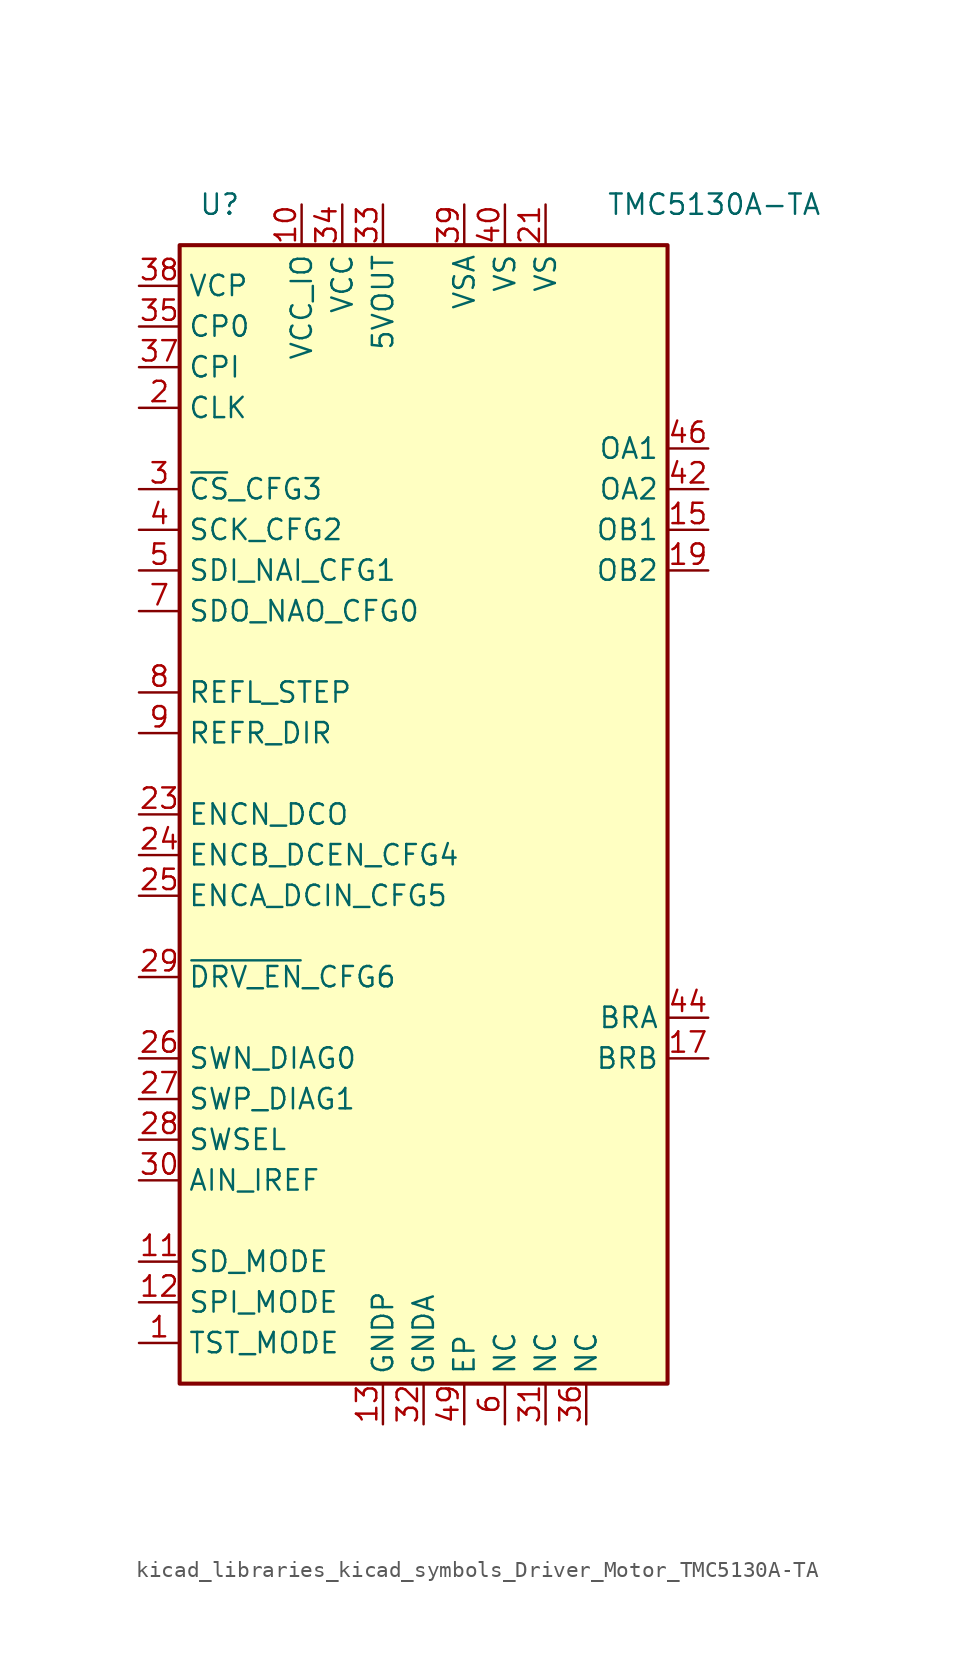
<source format=kicad_sym>
(kicad_symbol_lib
  (version 20220914)
  (generator kicad_symbol_editor)
  (symbol "kicad_libraries_kicad_symbols_Driver_Motor_TMC5130A-TA"
    (property "Reference" "U"
      (at -11.43 38.1 0)
      (effects (font (size 1.27 1.27)) (justify right)))
    (property "Value" "TMC5130A-TA"
      (at 11.43 38.1 0)
      (effects (font (size 1.27 1.27)) (justify left)))
    (symbol "kicad_libraries_kicad_symbols_Driver_Motor_TMC5130A-TA_0_1"
      (rectangle (start -15.24 35.56) (end 15.24 -35.56) (stroke (width 0.254) (type default)) (fill (type background))))
    (symbol "kicad_libraries_kicad_symbols_Driver_Motor_TMC5130A-TA_1_1"
      (pin input line (at -17.78 -33.02 0) (length 2.54) (name "TST_MODE" (effects (font (size 1.27 1.27)))) (number "1" (effects (font (size 1.27 1.27)))))
      (pin power_in line (at -7.62 38.1 270) (length 2.54) (name "VCC_IO" (effects (font (size 1.27 1.27)))) (number "10" (effects (font (size 1.27 1.27)))))
      (pin input line (at -17.78 -27.94 0) (length 2.54) (name "SD_MODE" (effects (font (size 1.27 1.27)))) (number "11" (effects (font (size 1.27 1.27)))))
      (pin input line (at -17.78 -30.48 0) (length 2.54) (name "SPI_MODE" (effects (font (size 1.27 1.27)))) (number "12" (effects (font (size 1.27 1.27)))))
      (pin power_in line (at -2.54 -38.1 90) (length 2.54) (name "GNDP" (effects (font (size 1.27 1.27)))) (number "13" (effects (font (size 1.27 1.27)))))
      (pin no_connect line (at 15.24 12.7 180) (length 2.54) hide (name "DNC" (effects (font (size 1.27 1.27)))) (number "14" (effects (font (size 1.27 1.27)))))
      (pin output line (at 17.78 17.78 180) (length 2.54) (name "OB1" (effects (font (size 1.27 1.27)))) (number "15" (effects (font (size 1.27 1.27)))))
      (pin no_connect line (at 15.24 10.16 180) (length 2.54) hide (name "DNC" (effects (font (size 1.27 1.27)))) (number "16" (effects (font (size 1.27 1.27)))))
      (pin passive line (at 17.78 -15.24 180) (length 2.54) (name "BRB" (effects (font (size 1.27 1.27)))) (number "17" (effects (font (size 1.27 1.27)))))
      (pin no_connect line (at 15.24 7.62 180) (length 2.54) hide (name "DNC" (effects (font (size 1.27 1.27)))) (number "18" (effects (font (size 1.27 1.27)))))
      (pin output line (at 17.78 15.24 180) (length 2.54) (name "OB2" (effects (font (size 1.27 1.27)))) (number "19" (effects (font (size 1.27 1.27)))))
      (pin input line (at -17.78 25.4 0) (length 2.54) (name "CLK" (effects (font (size 1.27 1.27)))) (number "2" (effects (font (size 1.27 1.27)))))
      (pin no_connect line (at 15.24 5.08 180) (length 2.54) hide (name "DNC" (effects (font (size 1.27 1.27)))) (number "20" (effects (font (size 1.27 1.27)))))
      (pin power_in line (at 7.62 38.1 270) (length 2.54) (name "VS" (effects (font (size 1.27 1.27)))) (number "21" (effects (font (size 1.27 1.27)))))
      (pin no_connect line (at 15.24 2.54 180) (length 2.54) hide (name "DNC" (effects (font (size 1.27 1.27)))) (number "22" (effects (font (size 1.27 1.27)))))
      (pin bidirectional line (at -17.78 0 0) (length 2.54) (name "ENCN_DCO" (effects (font (size 1.27 1.27)))) (number "23" (effects (font (size 1.27 1.27)))))
      (pin input line (at -17.78 -2.54 0) (length 2.54) (name "ENCB_DCEN_CFG4" (effects (font (size 1.27 1.27)))) (number "24" (effects (font (size 1.27 1.27)))))
      (pin input line (at -17.78 -5.08 0) (length 2.54) (name "ENCA_DCIN_CFG5" (effects (font (size 1.27 1.27)))) (number "25" (effects (font (size 1.27 1.27)))))
      (pin bidirectional line (at -17.78 -15.24 0) (length 2.54) (name "SWN_DIAG0" (effects (font (size 1.27 1.27)))) (number "26" (effects (font (size 1.27 1.27)))))
      (pin bidirectional line (at -17.78 -17.78 0) (length 2.54) (name "SWP_DIAG1" (effects (font (size 1.27 1.27)))) (number "27" (effects (font (size 1.27 1.27)))))
      (pin input line (at -17.78 -20.32 0) (length 2.54) (name "SWSEL" (effects (font (size 1.27 1.27)))) (number "28" (effects (font (size 1.27 1.27)))))
      (pin input line (at -17.78 -10.16 0) (length 2.54) (name "~{DRV_EN}_CFG6" (effects (font (size 1.27 1.27)))) (number "29" (effects (font (size 1.27 1.27)))))
      (pin input line (at -17.78 20.32 0) (length 2.54) (name "~{CS}_CFG3" (effects (font (size 1.27 1.27)))) (number "3" (effects (font (size 1.27 1.27)))))
      (pin input line (at -17.78 -22.86 0) (length 2.54) (name "AIN_IREF" (effects (font (size 1.27 1.27)))) (number "30" (effects (font (size 1.27 1.27)))))
      (pin passive line (at 7.62 -38.1 90) (length 2.54) (name "NC" (effects (font (size 1.27 1.27)))) (number "31" (effects (font (size 1.27 1.27)))))
      (pin power_in line (at 0 -38.1 90) (length 2.54) (name "GNDA" (effects (font (size 1.27 1.27)))) (number "32" (effects (font (size 1.27 1.27)))))
      (pin power_out line (at -2.54 38.1 270) (length 2.54) (name "5VOUT" (effects (font (size 1.27 1.27)))) (number "33" (effects (font (size 1.27 1.27)))))
      (pin power_in line (at -5.08 38.1 270) (length 2.54) (name "VCC" (effects (font (size 1.27 1.27)))) (number "34" (effects (font (size 1.27 1.27)))))
      (pin passive line (at -17.78 30.48 0) (length 2.54) (name "CP0" (effects (font (size 1.27 1.27)))) (number "35" (effects (font (size 1.27 1.27)))))
      (pin passive line (at 10.16 -38.1 90) (length 2.54) (name "NC" (effects (font (size 1.27 1.27)))) (number "36" (effects (font (size 1.27 1.27)))))
      (pin passive line (at -17.78 27.94 0) (length 2.54) (name "CPI" (effects (font (size 1.27 1.27)))) (number "37" (effects (font (size 1.27 1.27)))))
      (pin passive line (at -17.78 33.02 0) (length 2.54) (name "VCP" (effects (font (size 1.27 1.27)))) (number "38" (effects (font (size 1.27 1.27)))))
      (pin power_in line (at 2.54 38.1 270) (length 2.54) (name "VSA" (effects (font (size 1.27 1.27)))) (number "39" (effects (font (size 1.27 1.27)))))
      (pin input line (at -17.78 17.78 0) (length 2.54) (name "SCK_CFG2" (effects (font (size 1.27 1.27)))) (number "4" (effects (font (size 1.27 1.27)))))
      (pin power_in line (at 5.08 38.1 270) (length 2.54) (name "VS" (effects (font (size 1.27 1.27)))) (number "40" (effects (font (size 1.27 1.27)))))
      (pin no_connect line (at 15.24 33.02 180) (length 2.54) hide (name "DNC" (effects (font (size 1.27 1.27)))) (number "41" (effects (font (size 1.27 1.27)))))
      (pin output line (at 17.78 20.32 180) (length 2.54) (name "OA2" (effects (font (size 1.27 1.27)))) (number "42" (effects (font (size 1.27 1.27)))))
      (pin no_connect line (at 15.24 30.48 180) (length 2.54) hide (name "DNC" (effects (font (size 1.27 1.27)))) (number "43" (effects (font (size 1.27 1.27)))))
      (pin passive line (at 17.78 -12.7 180) (length 2.54) (name "BRA" (effects (font (size 1.27 1.27)))) (number "44" (effects (font (size 1.27 1.27)))))
      (pin no_connect line (at 15.24 27.94 180) (length 2.54) hide (name "DNC" (effects (font (size 1.27 1.27)))) (number "45" (effects (font (size 1.27 1.27)))))
      (pin output line (at 17.78 22.86 180) (length 2.54) (name "OA1" (effects (font (size 1.27 1.27)))) (number "46" (effects (font (size 1.27 1.27)))))
      (pin no_connect line (at 15.24 25.4 180) (length 2.54) hide (name "DNC" (effects (font (size 1.27 1.27)))) (number "47" (effects (font (size 1.27 1.27)))))
      (pin passive line (at -2.54 -38.1 90) (length 2.54) hide (name "GNDP" (effects (font (size 1.27 1.27)))) (number "48" (effects (font (size 1.27 1.27)))))
      (pin power_in line (at 2.54 -38.1 90) (length 2.54) (name "EP" (effects (font (size 1.27 1.27)))) (number "49" (effects (font (size 1.27 1.27)))))
      (pin input line (at -17.78 15.24 0) (length 2.54) (name "SDI_NAI_CFG1" (effects (font (size 1.27 1.27)))) (number "5" (effects (font (size 1.27 1.27)))))
      (pin passive line (at 5.08 -38.1 90) (length 2.54) (name "NC" (effects (font (size 1.27 1.27)))) (number "6" (effects (font (size 1.27 1.27)))))
      (pin bidirectional line (at -17.78 12.7 0) (length 2.54) (name "SDO_NAO_CFG0" (effects (font (size 1.27 1.27)))) (number "7" (effects (font (size 1.27 1.27)))))
      (pin input line (at -17.78 7.62 0) (length 2.54) (name "REFL_STEP" (effects (font (size 1.27 1.27)))) (number "8" (effects (font (size 1.27 1.27)))))
      (pin input line (at -17.78 5.08 0) (length 2.54) (name "REFR_DIR" (effects (font (size 1.27 1.27)))) (number "9" (effects (font (size 1.27 1.27))))))))
</source>
